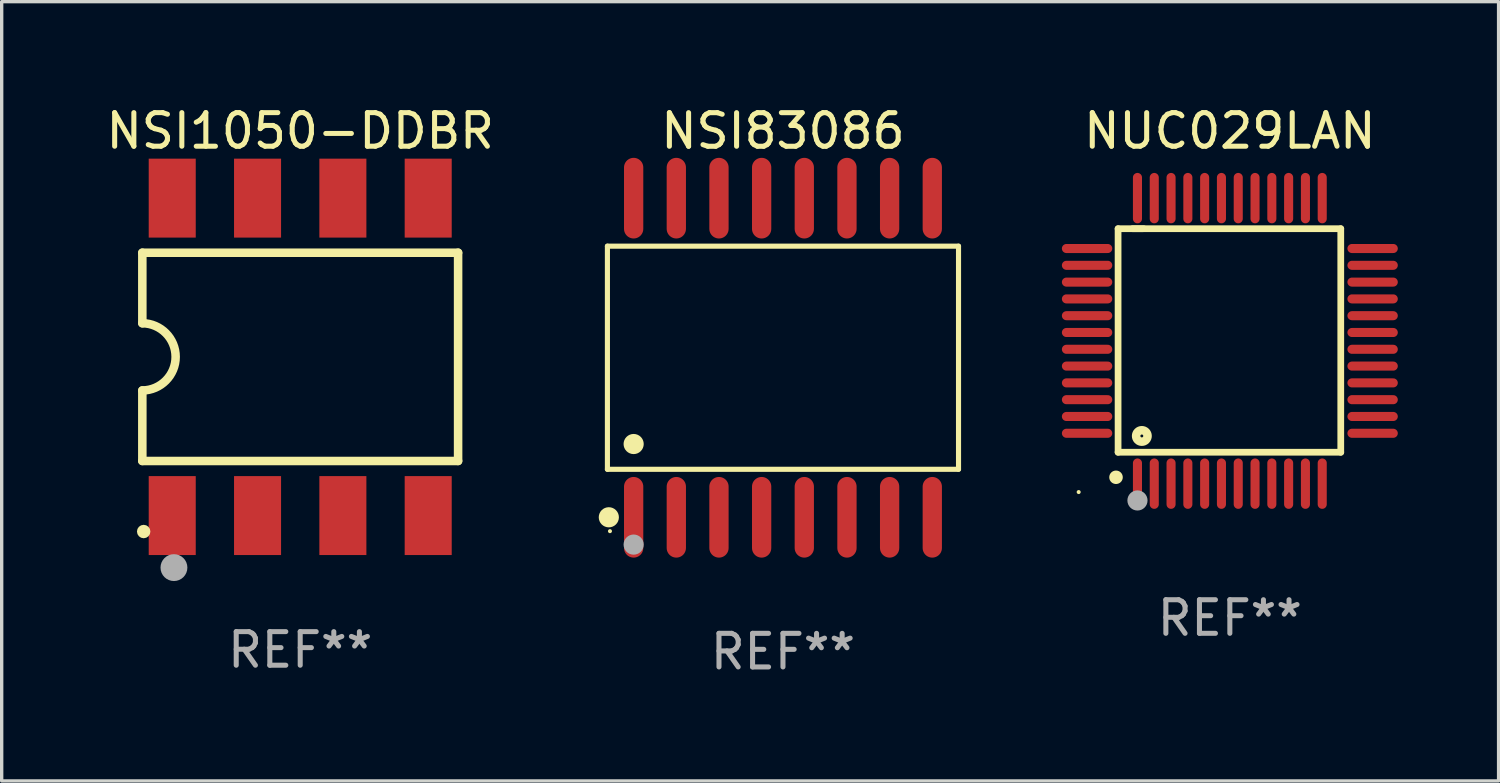
<source format=kicad_pcb>
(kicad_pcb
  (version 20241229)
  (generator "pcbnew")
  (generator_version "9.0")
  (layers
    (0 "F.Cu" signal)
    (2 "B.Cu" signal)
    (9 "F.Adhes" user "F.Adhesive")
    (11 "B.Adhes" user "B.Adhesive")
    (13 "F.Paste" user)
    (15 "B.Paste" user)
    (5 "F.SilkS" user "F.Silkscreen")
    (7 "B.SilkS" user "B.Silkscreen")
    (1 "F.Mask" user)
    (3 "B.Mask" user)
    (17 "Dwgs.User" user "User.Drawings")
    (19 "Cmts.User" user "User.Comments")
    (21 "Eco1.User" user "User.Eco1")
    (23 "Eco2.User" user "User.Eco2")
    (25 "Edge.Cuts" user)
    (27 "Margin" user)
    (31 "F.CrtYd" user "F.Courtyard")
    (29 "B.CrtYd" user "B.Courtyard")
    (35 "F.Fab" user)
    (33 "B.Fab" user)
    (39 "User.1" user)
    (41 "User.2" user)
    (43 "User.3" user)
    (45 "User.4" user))
  (footprint "NSI1050-DDBR"
    (layer "F.Cu")
    (at 5.887 7.573)
    (property "Reference" "NSI1050-DDBR" (at 0 -6.725 0) (layer "F.SilkS") (effects (font (size 1 1) (thickness 0.15))))
    (attr through_hole)
    (fp_line (start -4.7 -3.1) (end 4.7 -3.1) (stroke (width 0.254) (type solid)) (layer "F.SilkS"))
    (fp_line (start -4.7 -1) (end -4.7 -3.1) (stroke (width 0.254) (type solid)) (layer "F.SilkS"))
    (fp_line (start -4.7 3.1) (end -4.7 1) (stroke (width 0.254) (type solid)) (layer "F.SilkS"))
    (fp_line (start 4.7 -3.1) (end 4.7 3.1) (stroke (width 0.254) (type solid)) (layer "F.SilkS"))
    (fp_line (start 4.7 3.1) (end -4.7 3.1) (stroke (width 0.254) (type solid)) (layer "F.SilkS"))
    (fp_arc (start -4.69901 -1.000711) (mid -3.699007 0.000051) (end -4.699009 1.000813) (stroke (width 0.254001) (type solid)) (layer "F.SilkS"))
    (fp_circle (center -4.66 5.2) (end -4.56 5.2) (stroke (width 0.2) (type solid)) (fill no) (layer "F.SilkS"))
    (fp_circle (center -3.759 6.274) (end -3.559 6.274) (stroke (width 0.4) (type solid)) (fill no) (layer "F.Fab"))
    (fp_text user "REF**" (at 0 8.725 0) (layer "F.Fab") (effects (font (size 1 1) (thickness 0.15))))
    (pad "1" smd rect (at -3.81 4.725 90) (size 2.35 1.4) (layers "F.Cu" "F.Mask" "F.Paste"))
    (pad "2" smd rect (at -1.27 4.725 90) (size 2.35 1.4) (layers "F.Cu" "F.Mask" "F.Paste"))
    (pad "3" smd rect (at 1.27 4.725 90) (size 2.35 1.4) (layers "F.Cu" "F.Mask" "F.Paste"))
    (pad "4" smd rect (at 3.81 4.725 90) (size 2.35 1.4) (layers "F.Cu" "F.Mask" "F.Paste"))
    (pad "5" smd rect (at 3.81 -4.725 90) (size 2.35 1.4) (layers "F.Cu" "F.Mask" "F.Paste"))
    (pad "6" smd rect (at 1.27 -4.725 90) (size 2.35 1.4) (layers "F.Cu" "F.Mask" "F.Paste"))
    (pad "7" smd rect (at -1.27 -4.725 90) (size 2.35 1.4) (layers "F.Cu" "F.Mask" "F.Paste"))
    (pad "8" smd rect (at -3.81 -4.725 90) (size 2.35 1.4) (layers "F.Cu" "F.Mask" "F.Paste")))
  (footprint "NUC029LAN"
    (layer "F.Cu")
    (at 33.561 7.098)
    (property "Reference" "NUC029LAN" (at 0 -6.25 0) (layer "F.SilkS") (effects (font (size 1 1) (thickness 0.15))))
    (attr through_hole)
    (fp_line (start -3.327 -3.34) (end -2.565 -3.34) (stroke (width 0.2) (type solid)) (layer "F.SilkS"))
    (fp_line (start -3.327 3.315) (end -3.327 -3.34) (stroke (width 0.2) (type solid)) (layer "F.SilkS"))
    (fp_line (start -2.896 -3.34) (end 3.302 -3.34) (stroke (width 0.2) (type solid)) (layer "F.SilkS"))
    (fp_line (start 3.302 -3.34) (end 3.302 3.315) (stroke (width 0.2) (type solid)) (layer "F.SilkS"))
    (fp_line (start 3.302 3.315) (end -3.327 3.315) (stroke (width 0.2) (type solid)) (layer "F.SilkS"))
    (fp_arc (start -3.389992 4.059995) (mid -3.388722 4.059991) (end -3.387452 4.059995) (stroke (width 0.4) (type solid)) (layer "F.SilkS"))
    (fp_circle (center -4.5 4.5) (end -4.47 4.5) (stroke (width 0.06) (type solid)) (fill no) (layer "F.SilkS"))
    (fp_circle (center -2.62 2.83) (end -2.45 2.83) (stroke (width 0.254) (type solid)) (fill no) (layer "F.SilkS"))
    (fp_circle (center -2.75 4.75) (end -2.6 4.75) (stroke (width 0.3) (type solid)) (fill no) (layer "F.Fab"))
    (fp_text user "REF**" (at 0 8.25 0) (layer "F.Fab") (effects (font (size 1 1) (thickness 0.15))))
    (pad "1" smd oval (at -2.75 4.25) (size 0.27 1.5) (layers "F.Cu" "F.Mask" "F.Paste"))
    (pad "2" smd oval (at -2.25 4.25) (size 0.27 1.5) (layers "F.Cu" "F.Mask" "F.Paste"))
    (pad "3" smd oval (at -1.75 4.25) (size 0.27 1.5) (layers "F.Cu" "F.Mask" "F.Paste"))
    (pad "4" smd oval (at -1.25 4.25) (size 0.27 1.5) (layers "F.Cu" "F.Mask" "F.Paste"))
    (pad "5" smd oval (at -0.75 4.25) (size 0.27 1.5) (layers "F.Cu" "F.Mask" "F.Paste"))
    (pad "6" smd oval (at -0.25 4.25) (size 0.27 1.5) (layers "F.Cu" "F.Mask" "F.Paste"))
    (pad "7" smd oval (at 0.25 4.25) (size 0.27 1.5) (layers "F.Cu" "F.Mask" "F.Paste"))
    (pad "8" smd oval (at 0.75 4.25) (size 0.27 1.5) (layers "F.Cu" "F.Mask" "F.Paste"))
    (pad "9" smd oval (at 1.25 4.25) (size 0.27 1.5) (layers "F.Cu" "F.Mask" "F.Paste"))
    (pad "10" smd oval (at 1.75 4.25) (size 0.27 1.5) (layers "F.Cu" "F.Mask" "F.Paste"))
    (pad "11" smd oval (at 2.25 4.25) (size 0.27 1.5) (layers "F.Cu" "F.Mask" "F.Paste"))
    (pad "12" smd oval (at 2.75 4.25) (size 0.27 1.5) (layers "F.Cu" "F.Mask" "F.Paste"))
    (pad "13" smd oval (at 4.25 2.75) (size 1.5 0.27) (layers "F.Cu" "F.Mask" "F.Paste"))
    (pad "14" smd oval (at 4.25 2.25) (size 1.5 0.27) (layers "F.Cu" "F.Mask" "F.Paste"))
    (pad "15" smd oval (at 4.25 1.75) (size 1.5 0.27) (layers "F.Cu" "F.Mask" "F.Paste"))
    (pad "16" smd oval (at 4.25 1.25) (size 1.5 0.27) (layers "F.Cu" "F.Mask" "F.Paste"))
    (pad "17" smd oval (at 4.25 0.75) (size 1.5 0.27) (layers "F.Cu" "F.Mask" "F.Paste"))
    (pad "18" smd oval (at 4.25 0.25) (size 1.5 0.27) (layers "F.Cu" "F.Mask" "F.Paste"))
    (pad "19" smd oval (at 4.25 -0.25) (size 1.5 0.27) (layers "F.Cu" "F.Mask" "F.Paste"))
    (pad "20" smd oval (at 4.25 -0.75) (size 1.5 0.27) (layers "F.Cu" "F.Mask" "F.Paste"))
    (pad "21" smd oval (at 4.25 -1.25) (size 1.5 0.27) (layers "F.Cu" "F.Mask" "F.Paste"))
    (pad "22" smd oval (at 4.25 -1.75) (size 1.5 0.27) (layers "F.Cu" "F.Mask" "F.Paste"))
    (pad "23" smd oval (at 4.25 -2.25) (size 1.5 0.27) (layers "F.Cu" "F.Mask" "F.Paste"))
    (pad "24" smd oval (at 4.25 -2.75) (size 1.5 0.27) (layers "F.Cu" "F.Mask" "F.Paste"))
    (pad "25" smd oval (at 2.75 -4.25) (size 0.27 1.5) (layers "F.Cu" "F.Mask" "F.Paste"))
    (pad "26" smd oval (at 2.25 -4.25) (size 0.27 1.5) (layers "F.Cu" "F.Mask" "F.Paste"))
    (pad "27" smd oval (at 1.75 -4.25) (size 0.27 1.5) (layers "F.Cu" "F.Mask" "F.Paste"))
    (pad "28" smd oval (at 1.25 -4.25) (size 0.27 1.5) (layers "F.Cu" "F.Mask" "F.Paste"))
    (pad "29" smd oval (at 0.75 -4.25) (size 0.27 1.5) (layers "F.Cu" "F.Mask" "F.Paste"))
    (pad "30" smd oval (at 0.25 -4.25) (size 0.27 1.5) (layers "F.Cu" "F.Mask" "F.Paste"))
    (pad "31" smd oval (at -0.25 -4.25) (size 0.27 1.5) (layers "F.Cu" "F.Mask" "F.Paste"))
    (pad "32" smd oval (at -0.75 -4.25) (size 0.27 1.5) (layers "F.Cu" "F.Mask" "F.Paste"))
    (pad "33" smd oval (at -1.25 -4.25) (size 0.27 1.5) (layers "F.Cu" "F.Mask" "F.Paste"))
    (pad "34" smd oval (at -1.75 -4.25) (size 0.27 1.5) (layers "F.Cu" "F.Mask" "F.Paste"))
    (pad "35" smd oval (at -2.25 -4.25) (size 0.27 1.5) (layers "F.Cu" "F.Mask" "F.Paste"))
    (pad "36" smd oval (at -2.75 -4.25) (size 0.27 1.5) (layers "F.Cu" "F.Mask" "F.Paste"))
    (pad "37" smd oval (at -4.25 -2.75) (size 1.5 0.27) (layers "F.Cu" "F.Mask" "F.Paste"))
    (pad "38" smd oval (at -4.25 -2.25) (size 1.5 0.27) (layers "F.Cu" "F.Mask" "F.Paste"))
    (pad "39" smd oval (at -4.25 -1.75) (size 1.5 0.27) (layers "F.Cu" "F.Mask" "F.Paste"))
    (pad "40" smd oval (at -4.25 -1.25) (size 1.5 0.27) (layers "F.Cu" "F.Mask" "F.Paste"))
    (pad "41" smd oval (at -4.25 -0.75) (size 1.5 0.27) (layers "F.Cu" "F.Mask" "F.Paste"))
    (pad "42" smd oval (at -4.25 -0.25) (size 1.5 0.27) (layers "F.Cu" "F.Mask" "F.Paste"))
    (pad "43" smd oval (at -4.25 0.25) (size 1.5 0.27) (layers "F.Cu" "F.Mask" "F.Paste"))
    (pad "44" smd oval (at -4.25 0.75) (size 1.5 0.27) (layers "F.Cu" "F.Mask" "F.Paste"))
    (pad "45" smd oval (at -4.25 1.25) (size 1.5 0.27) (layers "F.Cu" "F.Mask" "F.Paste"))
    (pad "46" smd oval (at -4.25 1.75) (size 1.5 0.27) (layers "F.Cu" "F.Mask" "F.Paste"))
    (pad "47" smd oval (at -4.25 2.25) (size 1.5 0.27) (layers "F.Cu" "F.Mask" "F.Paste"))
    (pad "48" smd oval (at -4.25 2.75) (size 1.5 0.27) (layers "F.Cu" "F.Mask" "F.Paste")))
  (footprint "NSI83086"
    (layer "F.Cu")
    (at 20.258 7.599)
    (property "Reference" "NSI83086" (at 0 -6.75 0) (layer "F.SilkS") (effects (font (size 1 1) (thickness 0.15))))
    (attr through_hole)
    (fp_line (start -5.226 -3.321) (end 5.226 -3.321) (stroke (width 0.152) (type solid)) (layer "F.SilkS"))
    (fp_line (start -5.226 3.321) (end -5.226 -3.321) (stroke (width 0.152) (type solid)) (layer "F.SilkS"))
    (fp_line (start 5.226 -3.321) (end 5.226 3.321) (stroke (width 0.152) (type solid)) (layer "F.SilkS"))
    (fp_line (start 5.226 3.321) (end -5.226 3.321) (stroke (width 0.152) (type solid)) (layer "F.SilkS"))
    (fp_circle (center -5.184 4.75) (end -5.034 4.75) (stroke (width 0.3) (type solid)) (fill no) (layer "F.SilkS"))
    (fp_circle (center -5.15 5.163) (end -5.12 5.163) (stroke (width 0.06) (type solid)) (fill no) (layer "F.SilkS"))
    (fp_circle (center -4.445 2.569) (end -4.295 2.569) (stroke (width 0.3) (type solid)) (fill no) (layer "F.SilkS"))
    (fp_circle (center -4.445 5.563) (end -4.295 5.563) (stroke (width 0.3) (type solid)) (fill no) (layer "F.Fab"))
    (fp_text user "REF**" (at 0 8.75 0) (layer "F.Fab") (effects (font (size 1 1) (thickness 0.15))))
    (pad "1" smd oval (at -4.445 4.75) (size 0.574 2.401) (layers "F.Cu" "F.Mask" "F.Paste"))
    (pad "2" smd oval (at -3.175 4.75) (size 0.574 2.401) (layers "F.Cu" "F.Mask" "F.Paste"))
    (pad "3" smd oval (at -1.905 4.75) (size 0.574 2.401) (layers "F.Cu" "F.Mask" "F.Paste"))
    (pad "4" smd oval (at -0.635 4.75) (size 0.574 2.401) (layers "F.Cu" "F.Mask" "F.Paste"))
    (pad "5" smd oval (at 0.635 4.75) (size 0.574 2.401) (layers "F.Cu" "F.Mask" "F.Paste"))
    (pad "6" smd oval (at 1.905 4.75) (size 0.574 2.401) (layers "F.Cu" "F.Mask" "F.Paste"))
    (pad "7" smd oval (at 3.175 4.75) (size 0.574 2.401) (layers "F.Cu" "F.Mask" "F.Paste"))
    (pad "8" smd oval (at 4.445 4.75) (size 0.574 2.401) (layers "F.Cu" "F.Mask" "F.Paste"))
    (pad "9" smd oval (at 4.445 -4.75) (size 0.574 2.401) (layers "F.Cu" "F.Mask" "F.Paste"))
    (pad "10" smd oval (at 3.175 -4.75) (size 0.574 2.401) (layers "F.Cu" "F.Mask" "F.Paste"))
    (pad "11" smd oval (at 1.905 -4.75) (size 0.574 2.401) (layers "F.Cu" "F.Mask" "F.Paste"))
    (pad "12" smd oval (at 0.635 -4.75) (size 0.574 2.401) (layers "F.Cu" "F.Mask" "F.Paste"))
    (pad "13" smd oval (at -0.635 -4.75) (size 0.574 2.401) (layers "F.Cu" "F.Mask" "F.Paste"))
    (pad "14" smd oval (at -1.905 -4.75) (size 0.574 2.401) (layers "F.Cu" "F.Mask" "F.Paste"))
    (pad "15" smd oval (at -3.175 -4.75) (size 0.574 2.401) (layers "F.Cu" "F.Mask" "F.Paste"))
    (pad "16" smd oval (at -4.445 -4.75) (size 0.574 2.401) (layers "F.Cu" "F.Mask" "F.Paste")))
  (gr_rect
    (start -3 -3)
    (end 41.561 20.197)
    (stroke (width 0.1) (type default))
    (fill no)
    (layer "Edge.Cuts")))
</source>
